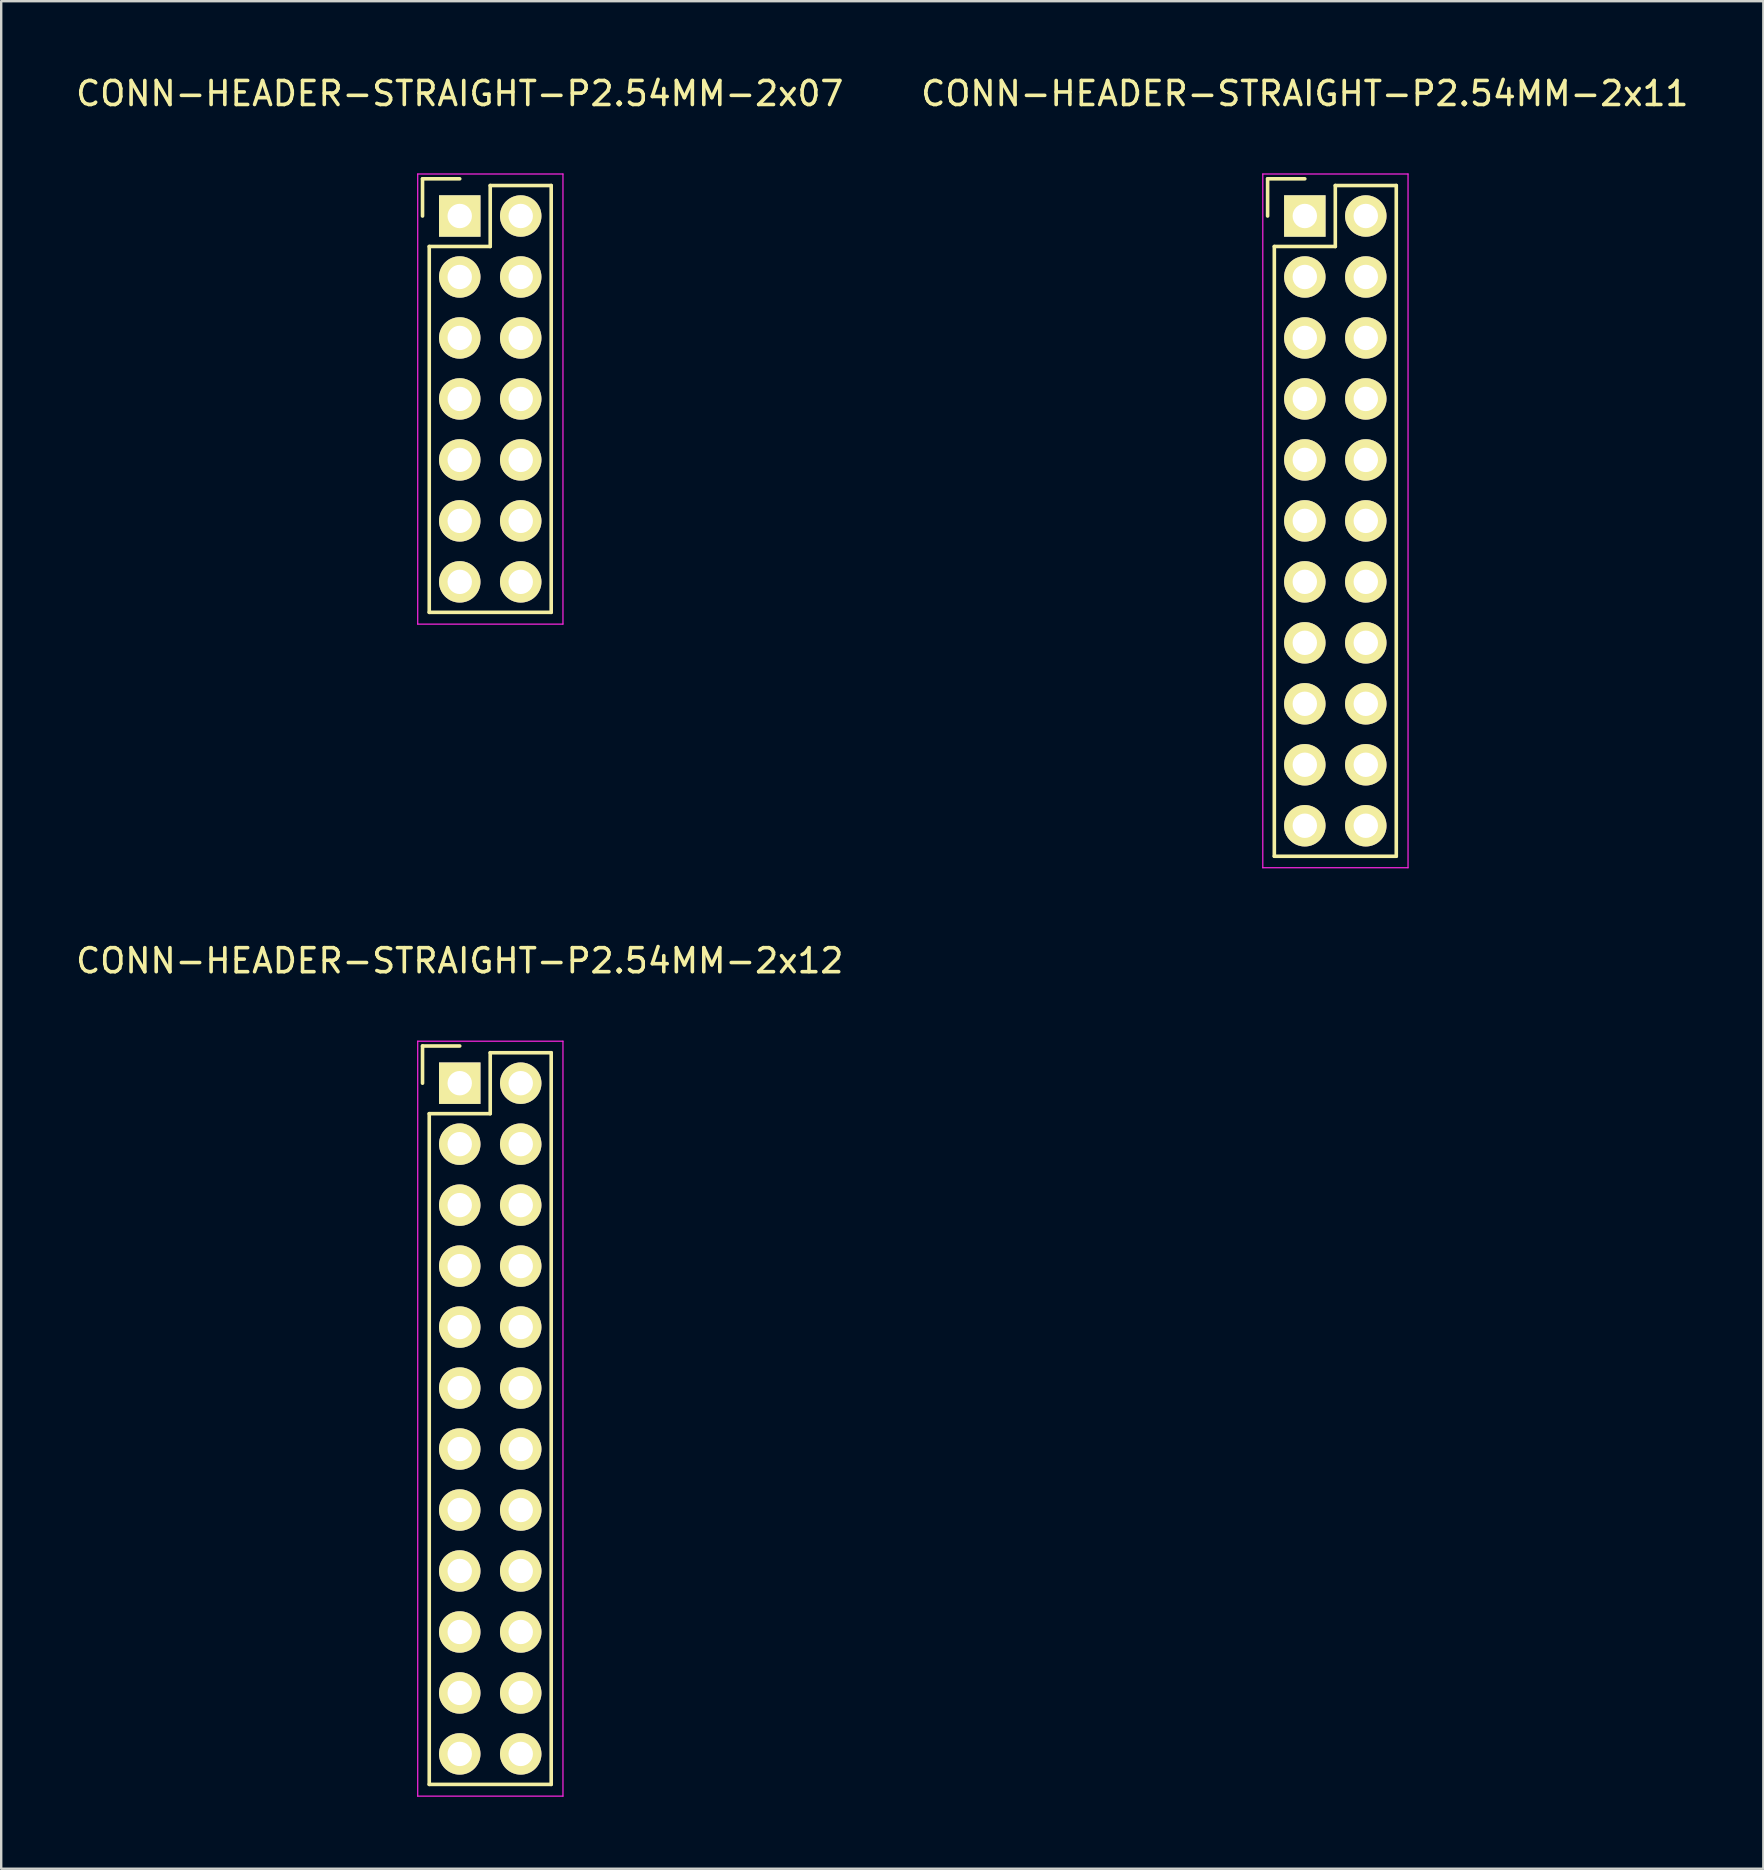
<source format=kicad_pcb>
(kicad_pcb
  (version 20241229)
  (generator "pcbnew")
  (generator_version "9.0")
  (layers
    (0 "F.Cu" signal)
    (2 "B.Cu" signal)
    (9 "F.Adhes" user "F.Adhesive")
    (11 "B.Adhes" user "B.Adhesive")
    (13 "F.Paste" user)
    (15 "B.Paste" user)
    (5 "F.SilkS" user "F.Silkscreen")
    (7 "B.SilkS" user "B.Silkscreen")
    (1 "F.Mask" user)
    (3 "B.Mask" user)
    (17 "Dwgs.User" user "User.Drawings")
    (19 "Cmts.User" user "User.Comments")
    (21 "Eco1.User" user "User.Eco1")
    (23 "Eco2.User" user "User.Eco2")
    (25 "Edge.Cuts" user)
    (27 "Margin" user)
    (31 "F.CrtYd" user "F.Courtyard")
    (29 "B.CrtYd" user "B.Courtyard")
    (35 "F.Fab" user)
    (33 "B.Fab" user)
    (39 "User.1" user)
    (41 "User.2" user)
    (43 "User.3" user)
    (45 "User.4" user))
  (footprint "CONN-HEADER-STRAIGHT-P2.54MM-2x11"
    (layer "F.Cu")
    (at 51.304 5.948)
    (property "Reference" "CONN-HEADER-STRAIGHT-P2.54MM-2x11" (at 0 -5.1 0) (layer "F.SilkS") (effects (font (size 1 1) (thickness 0.15))))
    (attr through_hole)
    (fp_line (start -1.55 -1.55) (end -1.55 0) (stroke (width 0.15) (type solid)) (layer "F.SilkS"))
    (fp_line (start -1.27 1.27) (end -1.27 26.67) (stroke (width 0.15) (type solid)) (layer "F.SilkS"))
    (fp_line (start 0 -1.55) (end -1.55 -1.55) (stroke (width 0.15) (type solid)) (layer "F.SilkS"))
    (fp_line (start 1.27 -1.27) (end 1.27 1.27) (stroke (width 0.15) (type solid)) (layer "F.SilkS"))
    (fp_line (start 1.27 1.27) (end -1.27 1.27) (stroke (width 0.15) (type solid)) (layer "F.SilkS"))
    (fp_line (start 3.81 -1.27) (end 1.27 -1.27) (stroke (width 0.15) (type solid)) (layer "F.SilkS"))
    (fp_line (start 3.81 26.67) (end -1.27 26.67) (stroke (width 0.15) (type solid)) (layer "F.SilkS"))
    (fp_line (start 3.81 26.67) (end 3.81 -1.27) (stroke (width 0.15) (type solid)) (layer "F.SilkS"))
    (fp_line (start -1.75 -1.75) (end -1.75 27.15) (stroke (width 0.05) (type solid)) (layer "F.CrtYd"))
    (fp_line (start -1.75 -1.75) (end 4.3 -1.75) (stroke (width 0.05) (type solid)) (layer "F.CrtYd"))
    (fp_line (start -1.75 27.15) (end 4.3 27.15) (stroke (width 0.05) (type solid)) (layer "F.CrtYd"))
    (fp_line (start 4.3 -1.75) (end 4.3 27.15) (stroke (width 0.05) (type solid)) (layer "F.CrtYd"))
    (pad "1" thru_hole rect (at 0 0) (size 1.727 1.727) (drill 1.016) (layers "*.Cu" "*.Mask" "F.SilkS"))
    (pad "2" thru_hole oval (at 2.54 0) (size 1.727 1.727) (drill 1.016) (layers "*.Cu" "*.Mask" "F.SilkS"))
    (pad "3" thru_hole oval (at 0 2.54) (size 1.727 1.727) (drill 1.016) (layers "*.Cu" "*.Mask" "F.SilkS"))
    (pad "4" thru_hole oval (at 2.54 2.54) (size 1.727 1.727) (drill 1.016) (layers "*.Cu" "*.Mask" "F.SilkS"))
    (pad "5" thru_hole oval (at 0 5.08) (size 1.727 1.727) (drill 1.016) (layers "*.Cu" "*.Mask" "F.SilkS"))
    (pad "6" thru_hole oval (at 2.54 5.08) (size 1.727 1.727) (drill 1.016) (layers "*.Cu" "*.Mask" "F.SilkS"))
    (pad "7" thru_hole oval (at 0 7.62) (size 1.727 1.727) (drill 1.016) (layers "*.Cu" "*.Mask" "F.SilkS"))
    (pad "8" thru_hole oval (at 2.54 7.62) (size 1.727 1.727) (drill 1.016) (layers "*.Cu" "*.Mask" "F.SilkS"))
    (pad "9" thru_hole oval (at 0 10.16) (size 1.727 1.727) (drill 1.016) (layers "*.Cu" "*.Mask" "F.SilkS"))
    (pad "10" thru_hole oval (at 2.54 10.16) (size 1.727 1.727) (drill 1.016) (layers "*.Cu" "*.Mask" "F.SilkS"))
    (pad "11" thru_hole oval (at 0 12.7) (size 1.727 1.727) (drill 1.016) (layers "*.Cu" "*.Mask" "F.SilkS"))
    (pad "12" thru_hole oval (at 2.54 12.7) (size 1.727 1.727) (drill 1.016) (layers "*.Cu" "*.Mask" "F.SilkS"))
    (pad "13" thru_hole oval (at 0 15.24) (size 1.727 1.727) (drill 1.016) (layers "*.Cu" "*.Mask" "F.SilkS"))
    (pad "14" thru_hole oval (at 2.54 15.24) (size 1.727 1.727) (drill 1.016) (layers "*.Cu" "*.Mask" "F.SilkS"))
    (pad "15" thru_hole oval (at 0 17.78) (size 1.727 1.727) (drill 1.016) (layers "*.Cu" "*.Mask" "F.SilkS"))
    (pad "16" thru_hole oval (at 2.54 17.78) (size 1.727 1.727) (drill 1.016) (layers "*.Cu" "*.Mask" "F.SilkS"))
    (pad "17" thru_hole oval (at 0 20.32) (size 1.727 1.727) (drill 1.016) (layers "*.Cu" "*.Mask" "F.SilkS"))
    (pad "18" thru_hole oval (at 2.54 20.32) (size 1.727 1.727) (drill 1.016) (layers "*.Cu" "*.Mask" "F.SilkS"))
    (pad "19" thru_hole oval (at 0 22.86) (size 1.727 1.727) (drill 1.016) (layers "*.Cu" "*.Mask" "F.SilkS"))
    (pad "20" thru_hole oval (at 2.54 22.86) (size 1.727 1.727) (drill 1.016) (layers "*.Cu" "*.Mask" "F.SilkS"))
    (pad "21" thru_hole oval (at 0 25.4) (size 1.727 1.727) (drill 1.016) (layers "*.Cu" "*.Mask" "F.SilkS"))
    (pad "22" thru_hole oval (at 2.54 25.4) (size 1.727 1.727) (drill 1.016) (layers "*.Cu" "*.Mask" "F.SilkS")))
  (footprint "CONN-HEADER-STRAIGHT-P2.54MM-2x12"
    (layer "F.Cu")
    (at 16.101 42.072)
    (property "Reference" "CONN-HEADER-STRAIGHT-P2.54MM-2x12" (at 0 -5.1 0) (layer "F.SilkS") (effects (font (size 1 1) (thickness 0.15))))
    (attr through_hole)
    (fp_line (start -1.55 -1.55) (end -1.55 0) (stroke (width 0.15) (type solid)) (layer "F.SilkS"))
    (fp_line (start -1.27 1.27) (end -1.27 29.21) (stroke (width 0.15) (type solid)) (layer "F.SilkS"))
    (fp_line (start 0 -1.55) (end -1.55 -1.55) (stroke (width 0.15) (type solid)) (layer "F.SilkS"))
    (fp_line (start 1.27 -1.27) (end 1.27 1.27) (stroke (width 0.15) (type solid)) (layer "F.SilkS"))
    (fp_line (start 1.27 1.27) (end -1.27 1.27) (stroke (width 0.15) (type solid)) (layer "F.SilkS"))
    (fp_line (start 3.81 -1.27) (end 1.27 -1.27) (stroke (width 0.15) (type solid)) (layer "F.SilkS"))
    (fp_line (start 3.81 29.21) (end -1.27 29.21) (stroke (width 0.15) (type solid)) (layer "F.SilkS"))
    (fp_line (start 3.81 29.21) (end 3.81 -1.27) (stroke (width 0.15) (type solid)) (layer "F.SilkS"))
    (fp_line (start -1.75 -1.75) (end -1.75 29.7) (stroke (width 0.05) (type solid)) (layer "F.CrtYd"))
    (fp_line (start -1.75 -1.75) (end 4.3 -1.75) (stroke (width 0.05) (type solid)) (layer "F.CrtYd"))
    (fp_line (start -1.75 29.7) (end 4.3 29.7) (stroke (width 0.05) (type solid)) (layer "F.CrtYd"))
    (fp_line (start 4.3 -1.75) (end 4.3 29.7) (stroke (width 0.05) (type solid)) (layer "F.CrtYd"))
    (pad "1" thru_hole rect (at 0 0) (size 1.727 1.727) (drill 1.016) (layers "*.Cu" "*.Mask" "F.SilkS"))
    (pad "2" thru_hole oval (at 2.54 0) (size 1.727 1.727) (drill 1.016) (layers "*.Cu" "*.Mask" "F.SilkS"))
    (pad "3" thru_hole oval (at 0 2.54) (size 1.727 1.727) (drill 1.016) (layers "*.Cu" "*.Mask" "F.SilkS"))
    (pad "4" thru_hole oval (at 2.54 2.54) (size 1.727 1.727) (drill 1.016) (layers "*.Cu" "*.Mask" "F.SilkS"))
    (pad "5" thru_hole oval (at 0 5.08) (size 1.727 1.727) (drill 1.016) (layers "*.Cu" "*.Mask" "F.SilkS"))
    (pad "6" thru_hole oval (at 2.54 5.08) (size 1.727 1.727) (drill 1.016) (layers "*.Cu" "*.Mask" "F.SilkS"))
    (pad "7" thru_hole oval (at 0 7.62) (size 1.727 1.727) (drill 1.016) (layers "*.Cu" "*.Mask" "F.SilkS"))
    (pad "8" thru_hole oval (at 2.54 7.62) (size 1.727 1.727) (drill 1.016) (layers "*.Cu" "*.Mask" "F.SilkS"))
    (pad "9" thru_hole oval (at 0 10.16) (size 1.727 1.727) (drill 1.016) (layers "*.Cu" "*.Mask" "F.SilkS"))
    (pad "10" thru_hole oval (at 2.54 10.16) (size 1.727 1.727) (drill 1.016) (layers "*.Cu" "*.Mask" "F.SilkS"))
    (pad "11" thru_hole oval (at 0 12.7) (size 1.727 1.727) (drill 1.016) (layers "*.Cu" "*.Mask" "F.SilkS"))
    (pad "12" thru_hole oval (at 2.54 12.7) (size 1.727 1.727) (drill 1.016) (layers "*.Cu" "*.Mask" "F.SilkS"))
    (pad "13" thru_hole oval (at 0 15.24) (size 1.727 1.727) (drill 1.016) (layers "*.Cu" "*.Mask" "F.SilkS"))
    (pad "14" thru_hole oval (at 2.54 15.24) (size 1.727 1.727) (drill 1.016) (layers "*.Cu" "*.Mask" "F.SilkS"))
    (pad "15" thru_hole oval (at 0 17.78) (size 1.727 1.727) (drill 1.016) (layers "*.Cu" "*.Mask" "F.SilkS"))
    (pad "16" thru_hole oval (at 2.54 17.78) (size 1.727 1.727) (drill 1.016) (layers "*.Cu" "*.Mask" "F.SilkS"))
    (pad "17" thru_hole oval (at 0 20.32) (size 1.727 1.727) (drill 1.016) (layers "*.Cu" "*.Mask" "F.SilkS"))
    (pad "18" thru_hole oval (at 2.54 20.32) (size 1.727 1.727) (drill 1.016) (layers "*.Cu" "*.Mask" "F.SilkS"))
    (pad "19" thru_hole oval (at 0 22.86) (size 1.727 1.727) (drill 1.016) (layers "*.Cu" "*.Mask" "F.SilkS"))
    (pad "20" thru_hole oval (at 2.54 22.86) (size 1.727 1.727) (drill 1.016) (layers "*.Cu" "*.Mask" "F.SilkS"))
    (pad "21" thru_hole oval (at 0 25.4) (size 1.727 1.727) (drill 1.016) (layers "*.Cu" "*.Mask" "F.SilkS"))
    (pad "22" thru_hole oval (at 2.54 25.4) (size 1.727 1.727) (drill 1.016) (layers "*.Cu" "*.Mask" "F.SilkS"))
    (pad "23" thru_hole oval (at 0 27.94) (size 1.727 1.727) (drill 1.016) (layers "*.Cu" "*.Mask" "F.SilkS"))
    (pad "24" thru_hole oval (at 2.54 27.94) (size 1.727 1.727) (drill 1.016) (layers "*.Cu" "*.Mask" "F.SilkS")))
  (footprint "CONN-HEADER-STRAIGHT-P2.54MM-2x07"
    (layer "F.Cu")
    (at 16.101 5.948)
    (property "Reference" "CONN-HEADER-STRAIGHT-P2.54MM-2x07" (at 0 -5.1 0) (layer "F.SilkS") (effects (font (size 1 1) (thickness 0.15))))
    (attr through_hole)
    (fp_line (start -1.55 -1.55) (end -1.55 0) (stroke (width 0.15) (type solid)) (layer "F.SilkS"))
    (fp_line (start -1.27 1.27) (end -1.27 16.51) (stroke (width 0.15) (type solid)) (layer "F.SilkS"))
    (fp_line (start 0 -1.55) (end -1.55 -1.55) (stroke (width 0.15) (type solid)) (layer "F.SilkS"))
    (fp_line (start 1.27 -1.27) (end 1.27 1.27) (stroke (width 0.15) (type solid)) (layer "F.SilkS"))
    (fp_line (start 1.27 1.27) (end -1.27 1.27) (stroke (width 0.15) (type solid)) (layer "F.SilkS"))
    (fp_line (start 3.81 -1.27) (end 1.27 -1.27) (stroke (width 0.15) (type solid)) (layer "F.SilkS"))
    (fp_line (start 3.81 16.51) (end -1.27 16.51) (stroke (width 0.15) (type solid)) (layer "F.SilkS"))
    (fp_line (start 3.81 16.51) (end 3.81 -1.27) (stroke (width 0.15) (type solid)) (layer "F.SilkS"))
    (fp_line (start -1.75 -1.75) (end -1.75 17) (stroke (width 0.05) (type solid)) (layer "F.CrtYd"))
    (fp_line (start -1.75 -1.75) (end 4.3 -1.75) (stroke (width 0.05) (type solid)) (layer "F.CrtYd"))
    (fp_line (start -1.75 17) (end 4.3 17) (stroke (width 0.05) (type solid)) (layer "F.CrtYd"))
    (fp_line (start 4.3 -1.75) (end 4.3 17) (stroke (width 0.05) (type solid)) (layer "F.CrtYd"))
    (pad "1" thru_hole rect (at 0 0) (size 1.727 1.727) (drill 1.016) (layers "*.Cu" "*.Mask" "F.SilkS"))
    (pad "2" thru_hole oval (at 2.54 0) (size 1.727 1.727) (drill 1.016) (layers "*.Cu" "*.Mask" "F.SilkS"))
    (pad "3" thru_hole oval (at 0 2.54) (size 1.727 1.727) (drill 1.016) (layers "*.Cu" "*.Mask" "F.SilkS"))
    (pad "4" thru_hole oval (at 2.54 2.54) (size 1.727 1.727) (drill 1.016) (layers "*.Cu" "*.Mask" "F.SilkS"))
    (pad "5" thru_hole oval (at 0 5.08) (size 1.727 1.727) (drill 1.016) (layers "*.Cu" "*.Mask" "F.SilkS"))
    (pad "6" thru_hole oval (at 2.54 5.08) (size 1.727 1.727) (drill 1.016) (layers "*.Cu" "*.Mask" "F.SilkS"))
    (pad "7" thru_hole oval (at 0 7.62) (size 1.727 1.727) (drill 1.016) (layers "*.Cu" "*.Mask" "F.SilkS"))
    (pad "8" thru_hole oval (at 2.54 7.62) (size 1.727 1.727) (drill 1.016) (layers "*.Cu" "*.Mask" "F.SilkS"))
    (pad "9" thru_hole oval (at 0 10.16) (size 1.727 1.727) (drill 1.016) (layers "*.Cu" "*.Mask" "F.SilkS"))
    (pad "10" thru_hole oval (at 2.54 10.16) (size 1.727 1.727) (drill 1.016) (layers "*.Cu" "*.Mask" "F.SilkS"))
    (pad "11" thru_hole oval (at 0 12.7) (size 1.727 1.727) (drill 1.016) (layers "*.Cu" "*.Mask" "F.SilkS"))
    (pad "12" thru_hole oval (at 2.54 12.7) (size 1.727 1.727) (drill 1.016) (layers "*.Cu" "*.Mask" "F.SilkS"))
    (pad "13" thru_hole oval (at 0 15.24) (size 1.727 1.727) (drill 1.016) (layers "*.Cu" "*.Mask" "F.SilkS"))
    (pad "14" thru_hole oval (at 2.54 15.24) (size 1.727 1.727) (drill 1.016) (layers "*.Cu" "*.Mask" "F.SilkS")))
  (gr_rect
    (start -3 -3)
    (end 70.405 74.796)
    (stroke (width 0.1) (type default))
    (fill no)
    (layer "Edge.Cuts")))
</source>
